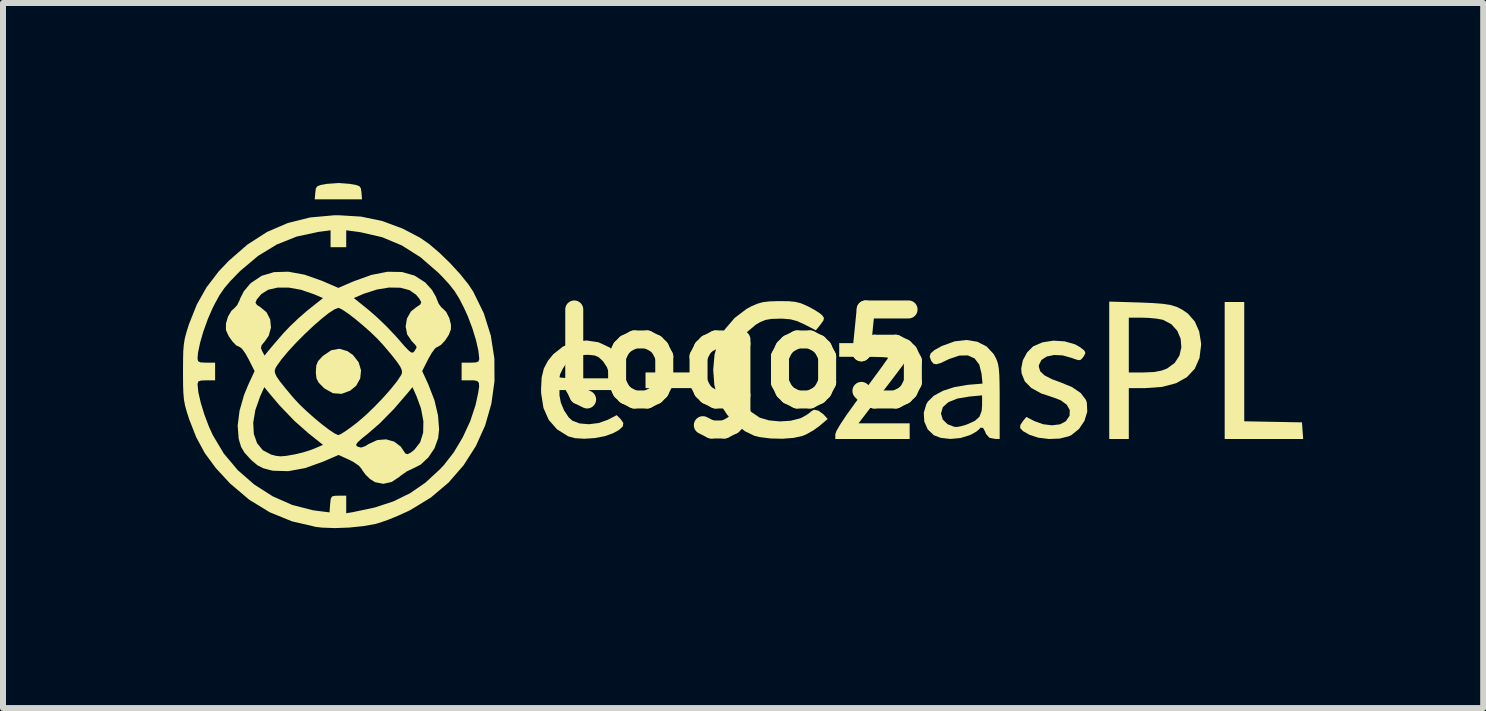
<source format=kicad_pcb>
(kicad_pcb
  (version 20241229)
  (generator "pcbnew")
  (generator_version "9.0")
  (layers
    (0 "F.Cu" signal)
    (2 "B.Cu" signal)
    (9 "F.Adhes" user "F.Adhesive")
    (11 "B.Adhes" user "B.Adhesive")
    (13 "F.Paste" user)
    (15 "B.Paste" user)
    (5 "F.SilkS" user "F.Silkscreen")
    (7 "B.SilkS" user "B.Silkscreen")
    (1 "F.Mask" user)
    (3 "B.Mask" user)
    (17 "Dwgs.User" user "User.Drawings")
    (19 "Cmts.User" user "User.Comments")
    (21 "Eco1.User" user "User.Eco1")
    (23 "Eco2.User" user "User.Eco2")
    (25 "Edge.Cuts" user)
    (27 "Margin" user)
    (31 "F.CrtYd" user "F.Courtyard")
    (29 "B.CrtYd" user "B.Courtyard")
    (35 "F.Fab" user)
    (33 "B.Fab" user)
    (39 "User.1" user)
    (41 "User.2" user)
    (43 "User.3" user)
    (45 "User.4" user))
  (footprint "logo5"
    (layer "F.Cu")
    (at 9.306 2.929)
    (property "Reference" "logo5" (at 0 0 0) (layer "F.SilkS") (effects (font (size 1.5 1.5) (thickness 0.3))))
    (attr board_only exclude_from_pos_files exclude_from_bom)
    (fp_poly (pts (xy -0.815 0.359) (xy -0.815 0.489) (xy -1.206 0.489) (xy -1.598 0.489) (xy -1.598 0.359) (xy -1.598 0.228) (xy -1.206 0.228) (xy -0.815 0.228)) (stroke (width 0) (type solid)) (fill yes) (layer "F.SilkS"))
    (fp_poly (pts (xy 8.38 0.048) (xy 8.38 1.042) (xy 8.861 1.051) (xy 9.342 1.06) (xy 9.352 1.198) (xy 9.362 1.337) (xy 8.708 1.337) (xy 8.054 1.337) (xy 8.054 0.196) (xy 8.054 -0.946) (xy 8.217 -0.946) (xy 8.38 -0.946)) (stroke (width 0) (type solid)) (fill yes) (layer "F.SilkS"))
    (fp_poly (pts (xy -6.529 -2.915) (xy -6.424 -2.897) (xy -6.367 -2.876) (xy -6.342 -2.841) (xy -6.333 -2.779) (xy -6.332 -2.771) (xy -6.323 -2.657) (xy -6.717 -2.657) (xy -7.111 -2.657) (xy -7.101 -2.771) (xy -7.093 -2.836) (xy -7.07 -2.873) (xy -7.017 -2.895) (xy -6.918 -2.913) (xy -6.904 -2.915) (xy -6.71 -2.929)) (stroke (width 0) (type solid)) (fill yes) (layer "F.SilkS"))
    (fp_poly (pts (xy -6.566 -0.127) (xy -6.474 -0.063) (xy -6.379 0.058) (xy -6.339 0.193) (xy -6.353 0.329) (xy -6.421 0.45) (xy -6.519 0.531) (xy -6.664 0.585) (xy -6.807 0.574) (xy -6.944 0.498) (xy -6.97 0.475) (xy -7.045 0.398) (xy -7.081 0.33) (xy -7.092 0.24) (xy -7.092 0.212) (xy -7.085 0.112) (xy -7.057 0.042) (xy -6.992 -0.031) (xy -6.97 -0.051) (xy -6.835 -0.142) (xy -6.7 -0.167)) (stroke (width 0) (type solid)) (fill yes) (layer "F.SilkS"))
    (fp_poly (pts (xy 2.608 -0.26) (xy 2.727 -0.25) (xy 2.803 -0.226) (xy 2.836 -0.184) (xy 2.826 -0.117) (xy 2.776 -0.019) (xy 2.685 0.114) (xy 2.554 0.288) (xy 2.385 0.509) (xy 2.357 0.546) (xy 1.952 1.076) (xy 2.378 1.076) (xy 2.804 1.076) (xy 2.804 1.206) (xy 2.804 1.337) (xy 2.185 1.337) (xy 1.565 1.337) (xy 1.565 1.257) (xy 1.586 1.199) (xy 1.648 1.093) (xy 1.749 0.941) (xy 1.889 0.746) (xy 2.005 0.588) (xy 2.132 0.418) (xy 2.244 0.266) (xy 2.337 0.139) (xy 2.404 0.045) (xy 2.441 -0.008) (xy 2.445 -0.016) (xy 2.415 -0.023) (xy 2.331 -0.028) (xy 2.208 -0.031) (xy 2.055 -0.033) (xy 2.038 -0.033) (xy 1.63 -0.033) (xy 1.63 -0.147) (xy 1.63 -0.261) (xy 2.234 -0.261) (xy 2.443 -0.261)) (stroke (width 0) (type solid)) (fill yes) (layer "F.SilkS"))
    (fp_poly (pts (xy 6.627 -0.938) (xy 6.85 -0.929) (xy 7.02 -0.916) (xy 7.15 -0.896) (xy 7.254 -0.865) (xy 7.343 -0.82) (xy 7.431 -0.76) (xy 7.446 -0.747) (xy 7.555 -0.623) (xy 7.629 -0.456) (xy 7.66 -0.263) (xy 7.661 -0.228) (xy 7.634 -0.012) (xy 7.555 0.167) (xy 7.424 0.307) (xy 7.242 0.408) (xy 7.01 0.469) (xy 6.728 0.489) (xy 6.728 0.489) (xy 6.456 0.489) (xy 6.456 0.913) (xy 6.456 1.337) (xy 6.293 1.337) (xy 6.13 1.337) (xy 6.13 0.192) (xy 6.13 -0.685) (xy 6.456 -0.685) (xy 6.456 -0.228) (xy 6.456 0.228) (xy 6.707 0.228) (xy 6.875 0.221) (xy 7.003 0.197) (xy 7.095 0.162) (xy 7.221 0.069) (xy 7.3 -0.053) (xy 7.332 -0.191) (xy 7.32 -0.334) (xy 7.264 -0.466) (xy 7.166 -0.575) (xy 7.028 -0.648) (xy 7.012 -0.652) (xy 6.917 -0.669) (xy 6.788 -0.681) (xy 6.676 -0.685) (xy 6.456 -0.685) (xy 6.13 -0.685) (xy 6.13 -0.953)) (stroke (width 0) (type solid)) (fill yes) (layer "F.SilkS"))
    (fp_poly (pts (xy 5.388 -0.29) (xy 5.559 -0.241) (xy 5.643 -0.194) (xy 5.713 -0.139) (xy 5.733 -0.097) (xy 5.709 -0.046) (xy 5.69 -0.02) (xy 5.657 0.016) (xy 5.619 0.024) (xy 5.553 0.004) (xy 5.511 -0.012) (xy 5.355 -0.056) (xy 5.21 -0.063) (xy 5.088 -0.037) (xy 5 0.02) (xy 4.958 0.105) (xy 4.956 0.13) (xy 4.979 0.208) (xy 5.051 0.277) (xy 5.178 0.342) (xy 5.31 0.39) (xy 5.51 0.472) (xy 5.655 0.571) (xy 5.74 0.683) (xy 5.757 0.729) (xy 5.764 0.882) (xy 5.717 1.035) (xy 5.626 1.17) (xy 5.499 1.272) (xy 5.456 1.292) (xy 5.305 1.33) (xy 5.126 1.337) (xy 4.946 1.315) (xy 4.796 1.265) (xy 4.793 1.263) (xy 4.692 1.205) (xy 4.645 1.155) (xy 4.649 1.103) (xy 4.688 1.044) (xy 4.748 0.97) (xy 4.883 1.039) (xy 5.027 1.091) (xy 5.176 1.109) (xy 5.309 1.093) (xy 5.406 1.042) (xy 5.406 1.042) (xy 5.469 0.95) (xy 5.472 0.854) (xy 5.421 0.765) (xy 5.32 0.691) (xy 5.218 0.652) (xy 4.994 0.577) (xy 4.83 0.486) (xy 4.723 0.377) (xy 4.67 0.246) (xy 4.663 0.163) (xy 4.69 0.026) (xy 4.762 -0.107) (xy 4.861 -0.206) (xy 4.865 -0.208) (xy 5.018 -0.274) (xy 5.2 -0.302)) (stroke (width 0) (type solid)) (fill yes) (layer "F.SilkS"))
    (fp_poly (pts (xy -2.382 -0.275) (xy -2.196 -0.188) (xy -2.192 -0.186) (xy -2.085 -0.081) (xy -1.997 0.065) (xy -1.94 0.231) (xy -1.924 0.365) (xy -1.924 0.522) (xy -2.478 0.522) (xy -3.032 0.522) (xy -3.032 0.611) (xy -3.009 0.733) (xy -2.954 0.863) (xy -2.879 0.976) (xy -2.817 1.032) (xy -2.697 1.078) (xy -2.543 1.091) (xy -2.38 1.071) (xy -2.229 1.018) (xy -2.221 1.014) (xy -2.078 0.94) (xy -2.013 1.005) (xy -1.968 1.07) (xy -1.977 1.128) (xy -2.042 1.188) (xy -2.141 1.242) (xy -2.28 1.291) (xy -2.447 1.322) (xy -2.62 1.333) (xy -2.776 1.323) (xy -2.886 1.293) (xy -3.073 1.176) (xy -3.211 1.019) (xy -3.299 0.82) (xy -3.337 0.579) (xy -3.339 0.505) (xy -3.329 0.313) (xy -3.328 0.309) (xy -3.032 0.309) (xy -3.002 0.315) (xy -2.918 0.321) (xy -2.794 0.324) (xy -2.641 0.326) (xy -2.614 0.326) (xy -2.196 0.326) (xy -2.21 0.228) (xy -2.242 0.139) (xy -2.303 0.046) (xy -2.316 0.032) (xy -2.379 -0.026) (xy -2.445 -0.055) (xy -2.539 -0.065) (xy -2.585 -0.065) (xy -2.717 -0.056) (xy -2.811 -0.023) (xy -2.853 0.005) (xy -2.916 0.073) (xy -2.977 0.166) (xy -3.021 0.257) (xy -3.032 0.309) (xy -3.328 0.309) (xy -3.293 0.163) (xy -3.224 0.033) (xy -3.135 -0.076) (xy -2.974 -0.204) (xy -2.785 -0.281) (xy -2.583 -0.305)) (stroke (width 0) (type solid)) (fill yes) (layer "F.SilkS"))
    (fp_poly (pts (xy 0.788 -0.959) (xy 0.899 -0.948) (xy 0.991 -0.925) (xy 1.087 -0.884) (xy 1.112 -0.872) (xy 1.218 -0.815) (xy 1.305 -0.759) (xy 1.345 -0.726) (xy 1.375 -0.683) (xy 1.369 -0.642) (xy 1.324 -0.578) (xy 1.319 -0.571) (xy 1.241 -0.474) (xy 1.053 -0.571) (xy 0.93 -0.627) (xy 0.819 -0.657) (xy 0.689 -0.668) (xy 0.633 -0.668) (xy 0.499 -0.664) (xy 0.401 -0.647) (xy 0.313 -0.611) (xy 0.242 -0.57) (xy 0.089 -0.441) (xy -0.022 -0.275) (xy -0.094 -0.083) (xy -0.125 0.123) (xy -0.118 0.333) (xy -0.071 0.534) (xy 0.014 0.716) (xy 0.138 0.868) (xy 0.298 0.977) (xy 0.307 0.982) (xy 0.46 1.027) (xy 0.64 1.044) (xy 0.82 1.033) (xy 0.975 0.994) (xy 1.01 0.979) (xy 1.093 0.932) (xy 1.148 0.891) (xy 1.157 0.881) (xy 1.209 0.849) (xy 1.284 0.865) (xy 1.364 0.923) (xy 1.366 0.925) (xy 1.438 1.003) (xy 1.302 1.119) (xy 1.192 1.198) (xy 1.068 1.266) (xy 1.017 1.286) (xy 0.868 1.319) (xy 0.681 1.333) (xy 0.484 1.328) (xy 0.302 1.305) (xy 0.217 1.284) (xy 0.061 1.209) (xy -0.096 1.086) (xy -0.238 0.932) (xy -0.35 0.761) (xy -0.392 0.668) (xy -0.451 0.438) (xy -0.47 0.184) (xy -0.448 -0.068) (xy -0.391 -0.276) (xy -0.276 -0.49) (xy -0.112 -0.681) (xy 0.086 -0.831) (xy 0.159 -0.871) (xy 0.262 -0.916) (xy 0.356 -0.943) (xy 0.466 -0.956) (xy 0.614 -0.961) (xy 0.636 -0.961)) (stroke (width 0) (type solid)) (fill yes) (layer "F.SilkS"))
    (fp_poly (pts (xy 3.931 -0.284) (xy 4.085 -0.206) (xy 4.203 -0.08) (xy 4.236 -0.021) (xy 4.261 0.034) (xy 4.278 0.093) (xy 4.29 0.167) (xy 4.298 0.266) (xy 4.302 0.402) (xy 4.304 0.585) (xy 4.304 0.728) (xy 4.304 1.337) (xy 4.231 1.336) (xy 4.133 1.317) (xy 4.076 1.252) (xy 4.062 1.215) (xy 4.027 1.152) (xy 3.984 1.149) (xy 3.96 1.177) (xy 3.918 1.212) (xy 3.84 1.257) (xy 3.803 1.274) (xy 3.65 1.321) (xy 3.483 1.336) (xy 3.325 1.319) (xy 3.208 1.275) (xy 3.105 1.177) (xy 3.048 1.047) (xy 3.04 0.913) (xy 3.326 0.913) (xy 3.355 1.012) (xy 3.434 1.09) (xy 3.544 1.133) (xy 3.587 1.137) (xy 3.648 1.127) (xy 3.737 1.102) (xy 3.76 1.094) (xy 3.891 1.035) (xy 3.968 0.965) (xy 4.004 0.868) (xy 4.011 0.773) (xy 4.011 0.61) (xy 3.799 0.63) (xy 3.596 0.664) (xy 3.448 0.724) (xy 3.357 0.806) (xy 3.326 0.912) (xy 3.326 0.913) (xy 3.04 0.913) (xy 3.039 0.901) (xy 3.081 0.758) (xy 3.107 0.714) (xy 3.207 0.616) (xy 3.358 0.534) (xy 3.55 0.472) (xy 3.768 0.435) (xy 3.789 0.433) (xy 4.018 0.414) (xy 4.002 0.25) (xy 3.964 0.097) (xy 3.886 -0.006) (xy 3.773 -0.056) (xy 3.63 -0.053) (xy 3.46 0.005) (xy 3.437 0.016) (xy 3.322 0.071) (xy 3.248 0.092) (xy 3.201 0.082) (xy 3.167 0.04) (xy 3.161 0.03) (xy 3.138 -0.035) (xy 3.154 -0.09) (xy 3.216 -0.144) (xy 3.331 -0.208) (xy 3.344 -0.214) (xy 3.552 -0.29) (xy 3.751 -0.313)) (stroke (width 0) (type solid)) (fill yes) (layer "F.SilkS"))
    (fp_poly (pts (xy -6.338 -2.369) (xy -5.987 -2.296) (xy -5.645 -2.169) (xy -5.355 -2.017) (xy -5.202 -1.911) (xy -5.03 -1.764) (xy -4.854 -1.593) (xy -4.688 -1.412) (xy -4.548 -1.237) (xy -4.469 -1.118) (xy -4.293 -0.758) (xy -4.176 -0.385) (xy -4.117 -0.005) (xy -4.115 0.375) (xy -4.167 0.75) (xy -4.271 1.112) (xy -4.426 1.456) (xy -4.63 1.775) (xy -4.88 2.063) (xy -5.176 2.313) (xy -5.515 2.52) (xy -5.551 2.538) (xy -5.711 2.611) (xy -5.876 2.679) (xy -6.023 2.731) (xy -6.099 2.753) (xy -6.302 2.789) (xy -6.536 2.813) (xy -6.774 2.822) (xy -6.99 2.814) (xy -7.092 2.802) (xy -7.491 2.709) (xy -7.861 2.558) (xy -8.203 2.349) (xy -8.52 2.08) (xy -8.53 2.07) (xy -8.761 1.82) (xy -8.943 1.572) (xy -9.087 1.306) (xy -9.205 1.004) (xy -9.244 0.881) (xy -9.272 0.78) (xy -9.29 0.683) (xy -9.3 0.573) (xy -9.305 0.435) (xy -9.305 0.426) (xy -9.064 0.426) (xy -9.05 0.562) (xy -9.009 0.737) (xy -8.949 0.933) (xy -8.874 1.131) (xy -8.81 1.272) (xy -8.626 1.58) (xy -8.392 1.858) (xy -8.117 2.097) (xy -7.812 2.292) (xy -7.484 2.437) (xy -7.143 2.524) (xy -7.072 2.534) (xy -6.864 2.56) (xy -6.854 2.421) (xy -6.844 2.334) (xy -6.822 2.294) (xy -6.767 2.283) (xy -6.715 2.282) (xy -6.586 2.282) (xy -6.586 2.428) (xy -6.586 2.574) (xy -6.48 2.557) (xy -6.115 2.48) (xy -5.8 2.377) (xy -5.522 2.241) (xy -5.268 2.066) (xy -5.028 1.845) (xy -4.959 1.772) (xy -4.795 1.562) (xy -4.645 1.311) (xy -4.52 1.042) (xy -4.433 0.779) (xy -4.421 0.727) (xy -4.387 0.57) (xy -4.371 0.465) (xy -4.375 0.402) (xy -4.402 0.371) (xy -4.455 0.36) (xy -4.516 0.359) (xy -4.663 0.359) (xy -4.663 0.212) (xy -4.663 0.065) (xy -4.516 0.065) (xy -4.424 0.061) (xy -4.381 0.044) (xy -4.369 0.005) (xy -4.369 -0.002) (xy -4.384 -0.138) (xy -4.424 -0.312) (xy -4.484 -0.508) (xy -4.559 -0.707) (xy -4.623 -0.848) (xy -4.702 -1.002) (xy -4.779 -1.126) (xy -4.87 -1.242) (xy -4.988 -1.37) (xy -5.052 -1.435) (xy -5.348 -1.692) (xy -5.658 -1.888) (xy -5.988 -2.026) (xy -6.344 -2.108) (xy -6.383 -2.114) (xy -6.586 -2.141) (xy -6.586 -2) (xy -6.586 -1.859) (xy -6.717 -1.859) (xy -6.847 -1.859) (xy -6.847 -2) (xy -6.847 -2.141) (xy -7.051 -2.114) (xy -7.41 -2.037) (xy -7.742 -1.905) (xy -8.054 -1.715) (xy -8.351 -1.465) (xy -8.381 -1.435) (xy -8.517 -1.295) (xy -8.618 -1.176) (xy -8.699 -1.058) (xy -8.775 -0.919) (xy -8.811 -0.848) (xy -8.893 -0.66) (xy -8.965 -0.46) (xy -9.021 -0.268) (xy -9.056 -0.101) (xy -9.064 -0.002) (xy -9.055 0.04) (xy -9.017 0.06) (xy -8.932 0.065) (xy -8.918 0.065) (xy -8.771 0.065) (xy -8.771 0.212) (xy -8.771 0.359) (xy -8.918 0.359) (xy -9.009 0.363) (xy -9.052 0.38) (xy -9.064 0.419) (xy -9.064 0.426) (xy -9.305 0.426) (xy -9.306 0.251) (xy -9.306 0.212) (xy -9.305 0.018) (xy -9.302 -0.127) (xy -9.292 -0.241) (xy -9.276 -0.339) (xy -9.25 -0.438) (xy -9.213 -0.556) (xy -9.205 -0.58) (xy -9.076 -0.904) (xy -8.915 -1.189) (xy -8.712 -1.455) (xy -8.546 -1.63) (xy -8.233 -1.903) (xy -7.906 -2.113) (xy -7.559 -2.263) (xy -7.188 -2.355) (xy -6.788 -2.391) (xy -6.717 -2.392)) (stroke (width 0) (type solid)) (fill yes) (layer "F.SilkS"))
    (fp_poly (pts (xy -7.282 -1.402) (xy -6.985 -1.297) (xy -6.967 -1.289) (xy -6.717 -1.181) (xy -6.467 -1.289) (xy -6.168 -1.397) (xy -5.898 -1.45) (xy -5.657 -1.446) (xy -5.448 -1.387) (xy -5.271 -1.273) (xy -5.262 -1.264) (xy -5.156 -1.146) (xy -5.088 -1.027) (xy -5.081 -1.005) (xy -5.044 -0.916) (xy -4.999 -0.855) (xy -4.987 -0.847) (xy -4.921 -0.782) (xy -4.868 -0.679) (xy -4.84 -0.565) (xy -4.842 -0.487) (xy -4.877 -0.398) (xy -4.936 -0.307) (xy -5.003 -0.234) (xy -5.063 -0.197) (xy -5.073 -0.196) (xy -5.109 -0.168) (xy -5.161 -0.097) (xy -5.218 0.003) (xy -5.219 0.005) (xy -5.32 0.205) (xy -5.218 0.427) (xy -5.116 0.69) (xy -5.056 0.945) (xy -5.038 1.177) (xy -5.054 1.323) (xy -5.115 1.492) (xy -5.217 1.644) (xy -5.346 1.764) (xy -5.472 1.828) (xy -5.576 1.877) (xy -5.678 1.949) (xy -5.695 1.964) (xy -5.827 2.053) (xy -5.968 2.084) (xy -6.105 2.057) (xy -6.191 2.003) (xy -6.266 1.929) (xy -6.319 1.856) (xy -6.326 1.84) (xy -6.376 1.781) (xy -6.473 1.716) (xy -6.534 1.685) (xy -6.713 1.603) (xy -6.965 1.712) (xy -7.271 1.822) (xy -7.55 1.873) (xy -7.802 1.866) (xy -7.848 1.857) (xy -7.971 1.824) (xy -8.067 1.774) (xy -8.165 1.691) (xy -8.188 1.667) (xy -8.281 1.565) (xy -8.337 1.471) (xy -8.372 1.357) (xy -8.379 1.327) (xy -8.395 1.112) (xy -8.389 1.066) (xy -8.136 1.066) (xy -8.126 1.252) (xy -8.072 1.407) (xy -7.976 1.524) (xy -7.839 1.596) (xy -7.838 1.597) (xy -7.755 1.618) (xy -7.68 1.626) (xy -7.591 1.619) (xy -7.464 1.597) (xy -7.454 1.596) (xy -7.318 1.564) (xy -7.18 1.521) (xy -7.12 1.498) (xy -6.973 1.435) (xy -6.983 1.427) (xy -6.42 1.427) (xy -6.415 1.451) (xy -6.393 1.466) (xy -6.338 1.48) (xy -6.273 1.458) (xy -6.209 1.419) (xy -6.068 1.355) (xy -5.922 1.343) (xy -5.786 1.381) (xy -5.677 1.464) (xy -5.638 1.522) (xy -5.601 1.578) (xy -5.563 1.591) (xy -5.506 1.561) (xy -5.448 1.514) (xy -5.354 1.393) (xy -5.304 1.233) (xy -5.3 1.042) (xy -5.34 0.828) (xy -5.413 0.628) (xy -5.482 0.473) (xy -5.548 0.554) (xy -5.791 0.837) (xy -6.034 1.083) (xy -6.218 1.242) (xy -6.328 1.331) (xy -6.393 1.39) (xy -6.42 1.427) (xy -6.983 1.427) (xy -7.214 1.243) (xy -7.452 1.033) (xy -7.7 0.774) (xy -7.886 0.554) (xy -7.951 0.473) (xy -8.021 0.628) (xy -8.101 0.856) (xy -8.136 1.066) (xy -8.389 1.066) (xy -8.364 0.867) (xy -8.289 0.604) (xy -8.216 0.427) (xy -8.113 0.205) (xy -8.12 0.192) (xy -7.777 0.192) (xy -7.774 0.236) (xy -7.748 0.294) (xy -7.694 0.373) (xy -7.607 0.483) (xy -7.483 0.631) (xy -7.457 0.661) (xy -7.365 0.76) (xy -7.25 0.87) (xy -7.124 0.982) (xy -6.997 1.088) (xy -6.88 1.177) (xy -6.786 1.241) (xy -6.724 1.271) (xy -6.717 1.272) (xy -6.671 1.252) (xy -6.589 1.2) (xy -6.482 1.123) (xy -6.397 1.057) (xy -6.261 0.94) (xy -6.116 0.8) (xy -5.971 0.65) (xy -5.841 0.502) (xy -5.736 0.371) (xy -5.67 0.271) (xy -5.656 0.232) (xy -5.66 0.188) (xy -5.686 0.13) (xy -5.74 0.051) (xy -5.826 -0.059) (xy -5.951 -0.207) (xy -5.977 -0.237) (xy -6.069 -0.336) (xy -6.183 -0.446) (xy -6.31 -0.558) (xy -6.437 -0.664) (xy -6.553 -0.753) (xy -6.648 -0.817) (xy -6.709 -0.847) (xy -6.717 -0.848) (xy -6.781 -0.824) (xy -6.879 -0.76) (xy -7.001 -0.663) (xy -7.138 -0.543) (xy -7.282 -0.407) (xy -7.423 -0.265) (xy -7.553 -0.124) (xy -7.662 0.006) (xy -7.742 0.117) (xy -7.763 0.153) (xy -7.777 0.192) (xy -8.12 0.192) (xy -8.214 0.005) (xy -8.271 -0.096) (xy -8.324 -0.168) (xy -8.361 -0.196) (xy -8.361 -0.196) (xy -8.418 -0.222) (xy -8.484 -0.29) (xy -8.546 -0.379) (xy -8.587 -0.47) (xy -8.591 -0.487) (xy -8.59 -0.589) (xy -8.556 -0.703) (xy -8.499 -0.8) (xy -8.446 -0.847) (xy -8.402 -0.896) (xy -8.384 -0.934) (xy -8.098 -0.934) (xy -8.072 -0.895) (xy -8.02 -0.863) (xy -7.914 -0.775) (xy -7.853 -0.655) (xy -7.84 -0.52) (xy -7.877 -0.385) (xy -7.943 -0.29) (xy -7.996 -0.226) (xy -8.007 -0.177) (xy -7.987 -0.128) (xy -7.947 -0.053) (xy -7.884 -0.132) (xy -7.832 -0.194) (xy -7.753 -0.287) (xy -7.66 -0.394) (xy -7.638 -0.42) (xy -7.522 -0.542) (xy -7.38 -0.677) (xy -7.24 -0.799) (xy -7.214 -0.82) (xy -6.973 -1.011) (xy -6.975 -1.012) (xy -6.459 -1.012) (xy -6.206 -0.808) (xy -6.068 -0.687) (xy -5.915 -0.54) (xy -5.774 -0.392) (xy -5.723 -0.335) (xy -5.621 -0.217) (xy -5.551 -0.143) (xy -5.506 -0.107) (xy -5.476 -0.102) (xy -5.454 -0.12) (xy -5.453 -0.121) (xy -5.42 -0.174) (xy -5.413 -0.196) (xy -5.434 -0.23) (xy -5.486 -0.286) (xy -5.494 -0.293) (xy -5.57 -0.405) (xy -5.596 -0.537) (xy -5.574 -0.671) (xy -5.508 -0.788) (xy -5.414 -0.863) (xy -5.352 -0.903) (xy -5.336 -0.943) (xy -5.367 -1.001) (xy -5.423 -1.068) (xy -5.533 -1.144) (xy -5.686 -1.184) (xy -5.871 -1.187) (xy -6.075 -1.154) (xy -6.288 -1.085) (xy -6.31 -1.076) (xy -6.459 -1.012) (xy -6.975 -1.012) (xy -7.123 -1.075) (xy -7.337 -1.149) (xy -7.543 -1.186) (xy -7.73 -1.186) (xy -7.887 -1.15) (xy -8.001 -1.078) (xy -8.01 -1.068) (xy -8.078 -0.986) (xy -8.098 -0.934) (xy -8.384 -0.934) (xy -8.361 -0.98) (xy -8.353 -1.005) (xy -8.294 -1.122) (xy -8.195 -1.242) (xy -8.172 -1.264) (xy -7.997 -1.382) (xy -7.79 -1.444) (xy -7.551 -1.451)) (stroke (width 0) (type solid)) (fill yes) (layer "F.SilkS")))
  (gr_rect
    (start -3 -3)
    (end 21.668 8.75)
    (stroke (width 0.1) (type default))
    (fill no)
    (layer "Edge.Cuts")))
</source>
